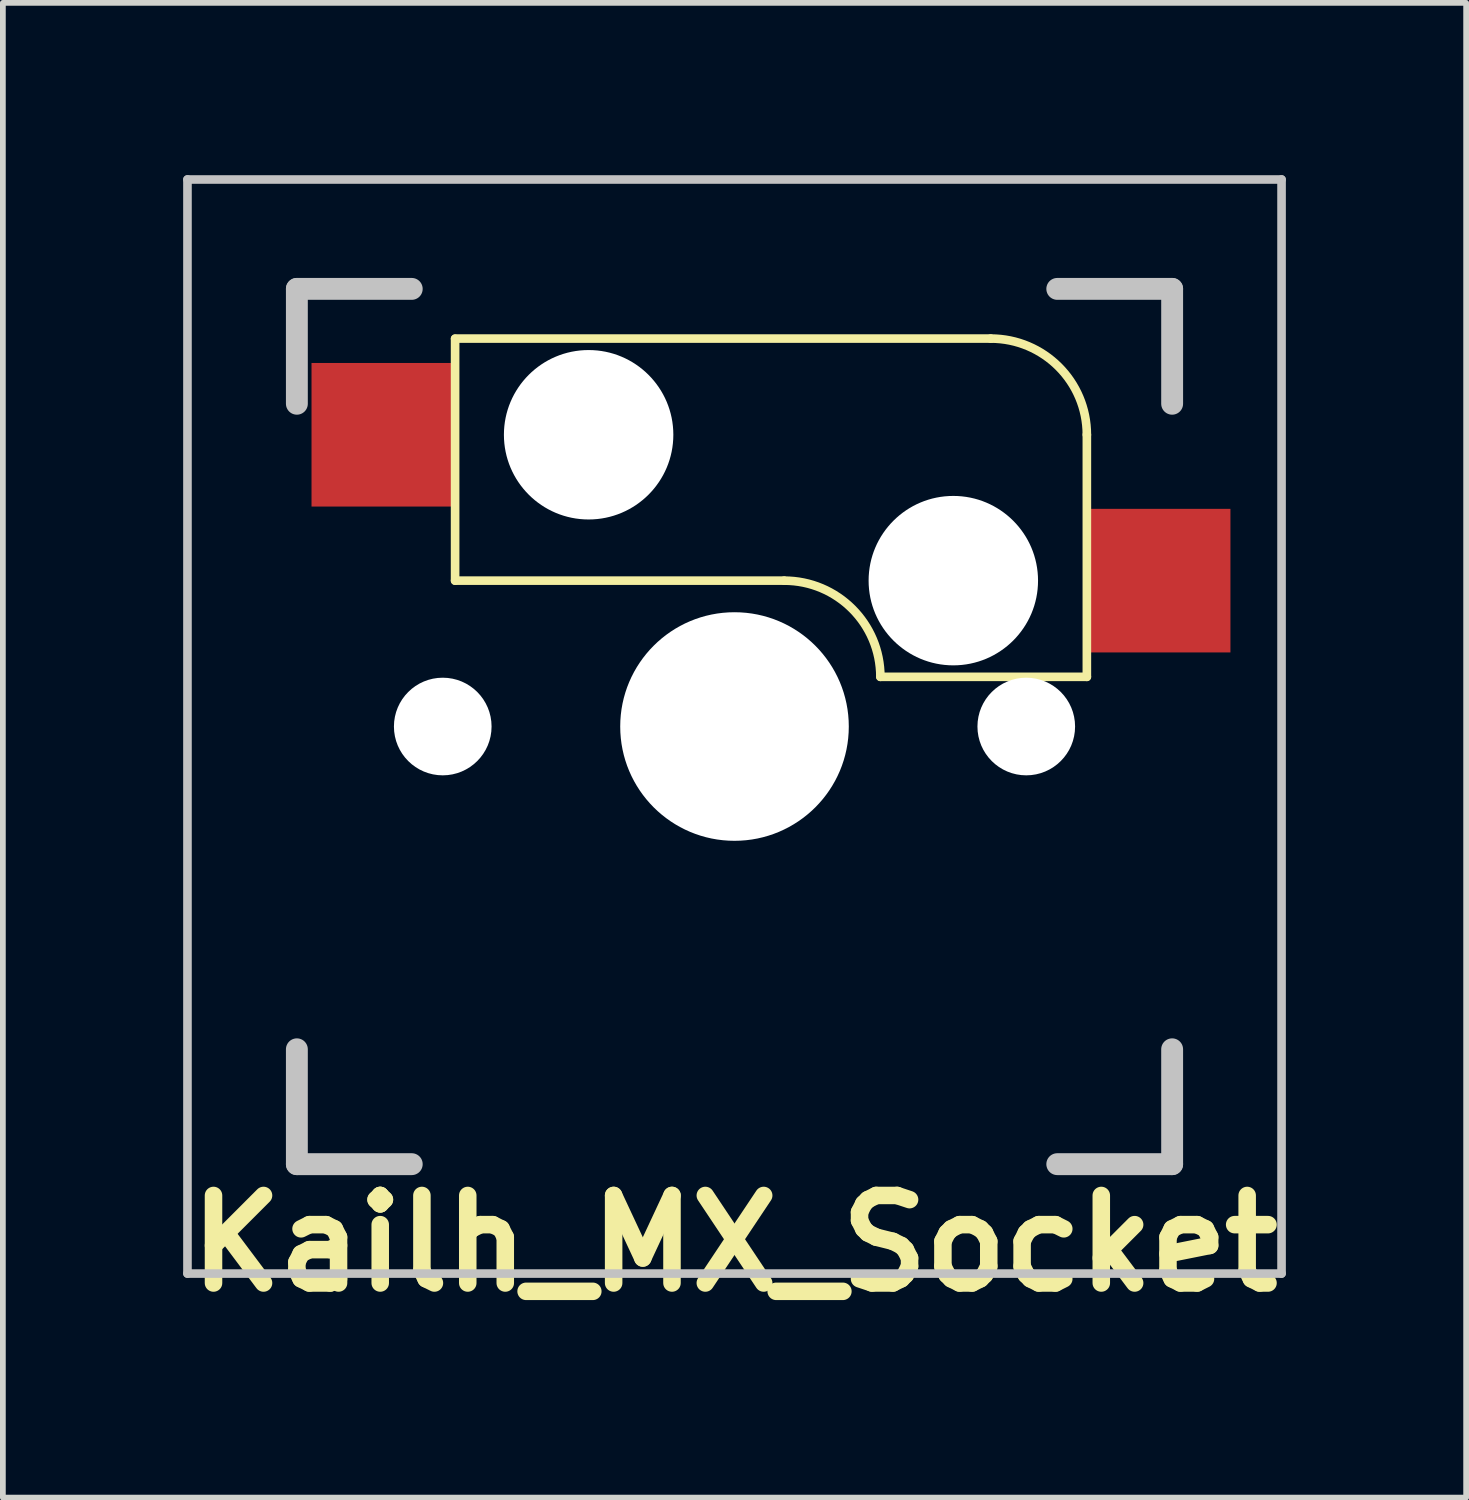
<source format=kicad_pcb>
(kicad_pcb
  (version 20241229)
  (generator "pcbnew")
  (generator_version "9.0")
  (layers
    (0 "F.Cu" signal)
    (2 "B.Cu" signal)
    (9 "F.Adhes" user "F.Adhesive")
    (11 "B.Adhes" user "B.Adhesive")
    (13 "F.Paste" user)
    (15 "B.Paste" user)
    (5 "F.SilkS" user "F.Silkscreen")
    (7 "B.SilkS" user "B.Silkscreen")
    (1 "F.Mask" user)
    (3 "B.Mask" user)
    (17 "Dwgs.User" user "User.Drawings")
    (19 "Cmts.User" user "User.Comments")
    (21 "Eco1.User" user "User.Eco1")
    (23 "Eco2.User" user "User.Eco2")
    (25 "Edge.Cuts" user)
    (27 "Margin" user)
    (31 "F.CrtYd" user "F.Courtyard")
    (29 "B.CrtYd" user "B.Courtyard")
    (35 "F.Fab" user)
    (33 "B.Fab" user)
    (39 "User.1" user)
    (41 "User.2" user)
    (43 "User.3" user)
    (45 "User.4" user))
  (footprint "Kailh_MX_Socket"
    (layer "F.Cu")
    (at 9.739 9.6)
    (property "Reference" "Kailh_MX_Socket" (at 0 9 0) (layer "F.SilkS") (effects (font (size 1.524 1.524) (thickness 0.305))))
    (attr through_hole)
    (fp_line (start -4.865 -6.75) (end -4.865 -2.54) (stroke (width 0.15) (type solid)) (layer "F.SilkS"))
    (fp_line (start 0.865 -2.54) (end -4.865 -2.54) (stroke (width 0.15) (type solid)) (layer "F.SilkS"))
    (fp_line (start 4.46 -6.755) (end -4.865 -6.755) (stroke (width 0.15) (type solid)) (layer "F.SilkS"))
    (fp_line (start 6.135 -5.08) (end 6.135 -0.865) (stroke (width 0.15) (type solid)) (layer "F.SilkS"))
    (fp_line (start 6.135 -0.865) (end 2.54 -0.865) (stroke (width 0.15) (type solid)) (layer "F.SilkS"))
    (fp_arc (start 0.865 -2.54) (mid 2.049404 -2.049404) (end 2.54 -0.865) (stroke (width 0.15) (type solid)) (layer "F.SilkS"))
    (fp_arc (start 4.46 -6.755) (mid 5.644404 -6.264404) (end 6.135 -5.08) (stroke (width 0.15) (type solid)) (layer "F.SilkS"))
    (fp_line (start -9.525 -9.525) (end 9.525 -9.525) (stroke (width 0.15) (type solid)) (layer "Dwgs.User"))
    (fp_line (start -9.525 9.525) (end -9.525 -9.525) (stroke (width 0.15) (type solid)) (layer "Dwgs.User"))
    (fp_line (start -7.62 -7.62) (end -5.62 -7.62) (stroke (width 0.381) (type solid)) (layer "Dwgs.User"))
    (fp_line (start -7.62 -5.62) (end -7.62 -7.62) (stroke (width 0.381) (type solid)) (layer "Dwgs.User"))
    (fp_line (start -7.62 5.62) (end -7.62 7.62) (stroke (width 0.381) (type solid)) (layer "Dwgs.User"))
    (fp_line (start -7.62 7.62) (end -5.62 7.62) (stroke (width 0.381) (type solid)) (layer "Dwgs.User"))
    (fp_line (start 5.62 -7.62) (end 7.62 -7.62) (stroke (width 0.381) (type solid)) (layer "Dwgs.User"))
    (fp_line (start 5.62 7.62) (end 7.62 7.62) (stroke (width 0.381) (type solid)) (layer "Dwgs.User"))
    (fp_line (start 7.62 -7.62) (end 7.62 -5.62) (stroke (width 0.381) (type solid)) (layer "Dwgs.User"))
    (fp_line (start 7.62 5.62) (end 7.62 7.62) (stroke (width 0.381) (type solid)) (layer "Dwgs.User"))
    (fp_line (start 9.525 -9.525) (end 9.525 9.525) (stroke (width 0.15) (type solid)) (layer "Dwgs.User"))
    (fp_line (start 9.525 9.525) (end -9.525 9.525) (stroke (width 0.15) (type solid)) (layer "Dwgs.User"))
    (pad "" np_thru_hole circle (at -5.08 0) (size 1.7 1.7) (drill 1.7) (layers "*.Cu" "*.Mask"))
    (pad "" np_thru_hole circle (at -2.54 -5.08) (size 2.95 2.95) (drill 2.95) (layers "*.Cu" "*.Mask"))
    (pad "" np_thru_hole circle (at 0 0) (size 3.98 3.98) (drill 3.98) (layers "*.Cu" "*.Mask"))
    (pad "" np_thru_hole circle (at 3.81 -2.54) (size 2.95 2.95) (drill 2.95) (layers "*.Cu" "*.Mask"))
    (pad "" np_thru_hole circle (at 5.08 0) (size 1.7 1.7) (drill 1.7) (layers "*.Cu" "*.Mask"))
    (pad "1" smd rect (at 7.36 -2.54) (size 2.55 2.5) (layers "F.Cu" "F.Mask" "F.Paste"))
    (pad "2" smd rect (at -6.09 -5.08) (size 2.55 2.5) (layers "F.Cu" "F.Mask" "F.Paste")))
  (gr_rect
    (start -3 -3)
    (end 22.478 23.026)
    (stroke (width 0.1) (type default))
    (fill no)
    (layer "Edge.Cuts")))
</source>
